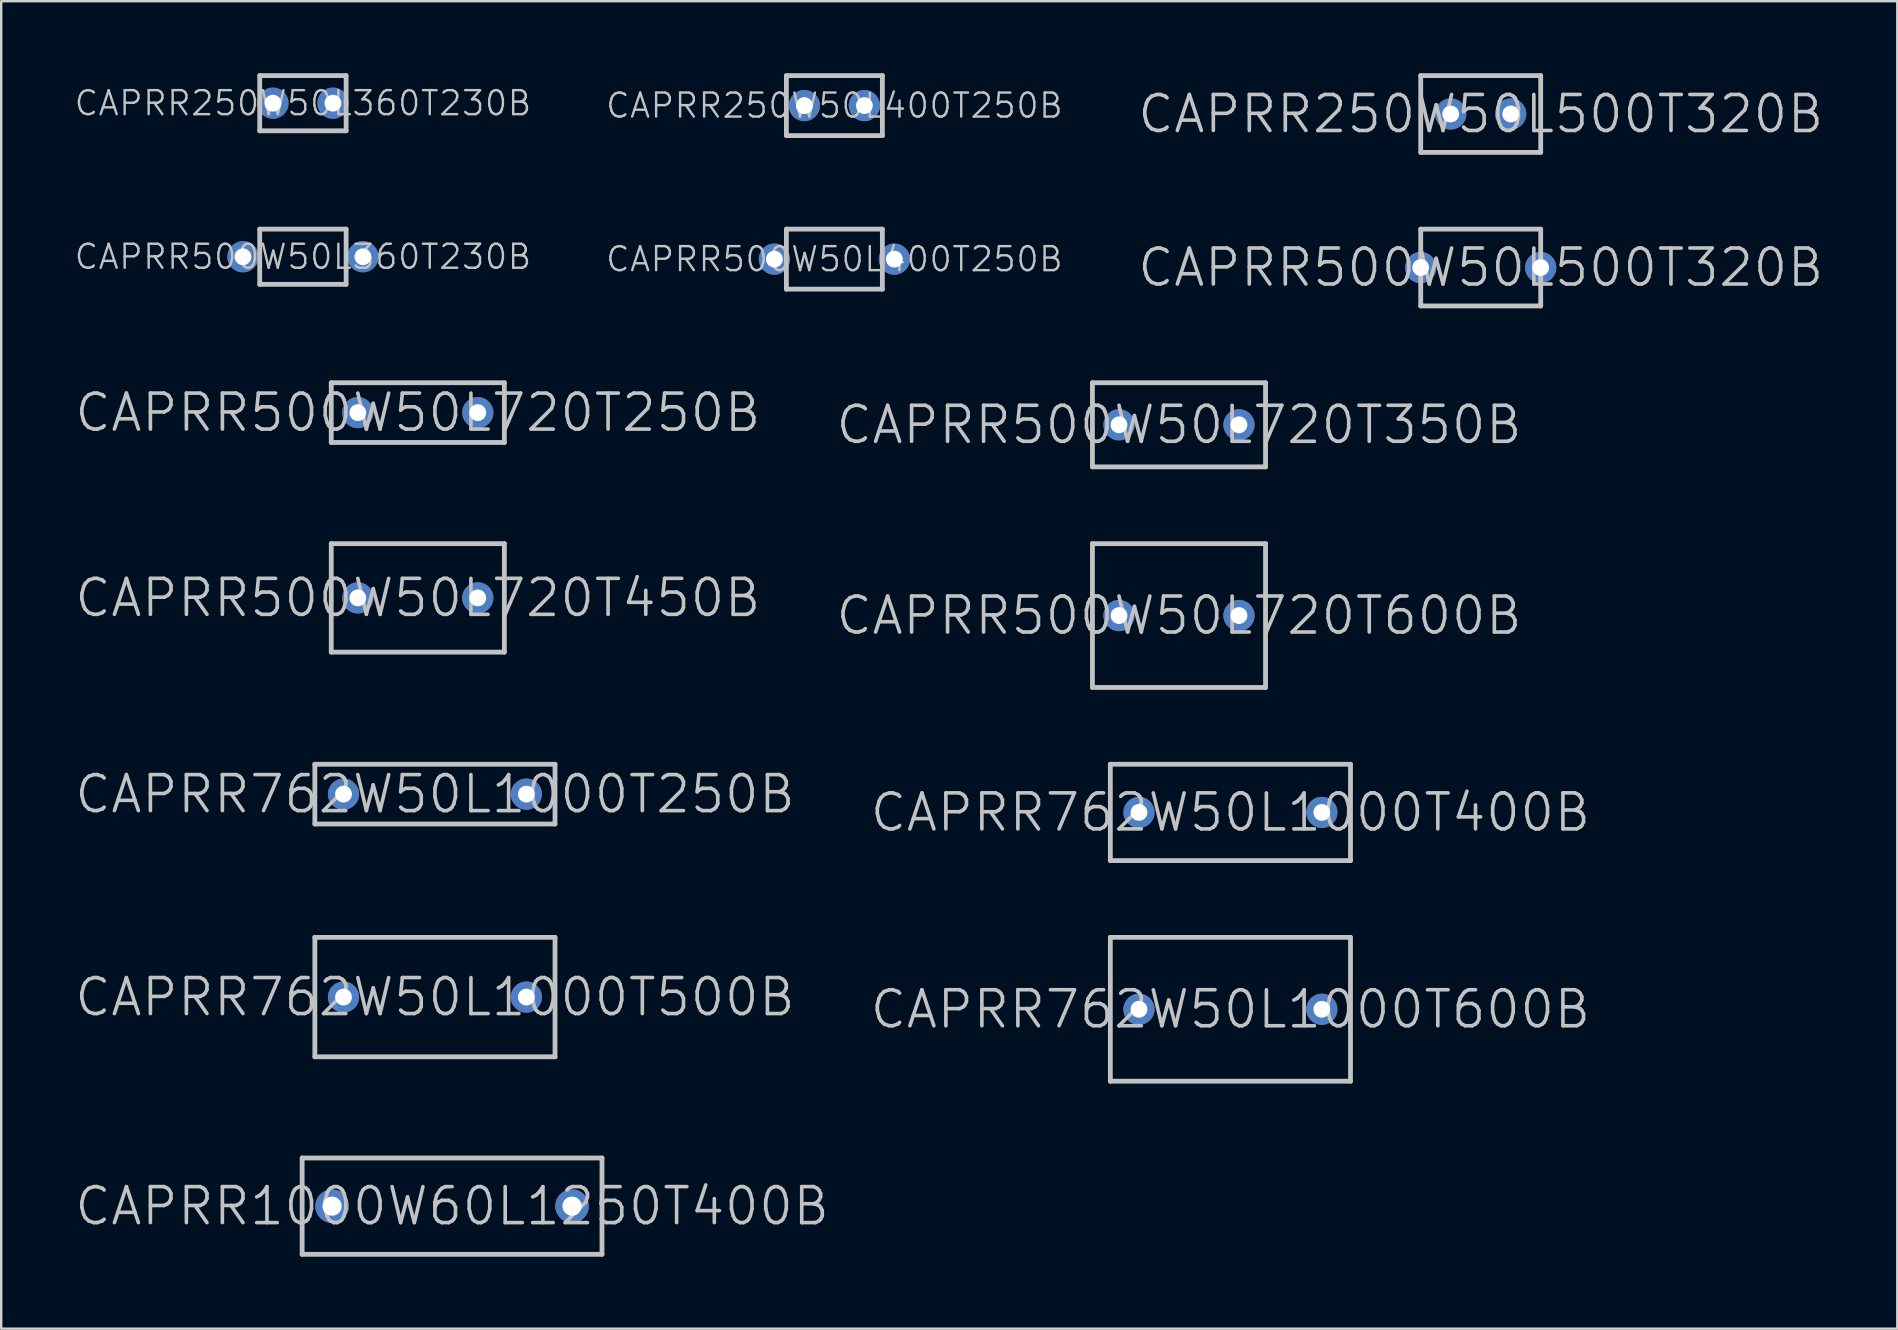
<source format=kicad_pcb>
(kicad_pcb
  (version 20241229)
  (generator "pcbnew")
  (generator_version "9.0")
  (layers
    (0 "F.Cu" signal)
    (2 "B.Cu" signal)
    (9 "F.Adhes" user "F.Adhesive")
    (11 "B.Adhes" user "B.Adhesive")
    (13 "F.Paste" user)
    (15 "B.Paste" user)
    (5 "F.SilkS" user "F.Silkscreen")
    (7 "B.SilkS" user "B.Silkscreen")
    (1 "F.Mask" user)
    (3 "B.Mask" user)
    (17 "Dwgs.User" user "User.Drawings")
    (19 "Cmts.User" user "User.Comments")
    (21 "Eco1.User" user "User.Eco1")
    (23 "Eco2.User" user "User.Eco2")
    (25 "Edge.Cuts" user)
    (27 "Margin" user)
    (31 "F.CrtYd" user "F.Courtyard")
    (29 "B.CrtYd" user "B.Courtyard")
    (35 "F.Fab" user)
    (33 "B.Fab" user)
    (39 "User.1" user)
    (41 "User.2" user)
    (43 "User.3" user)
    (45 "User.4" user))
  (footprint "CAPRR500W50L400T250B"
    (layer "F.Cu")
    (at 31.721 7.75)
    (property "Reference" "CAPRR500W50L400T250B" (at 0 0 0) (layer "Dwgs.User") (effects (font (size 1 1) (thickness 0.1))))
    (attr through_hole)
    (fp_line (start -2 -1.25) (end -2 1.25) (stroke (width 0.2) (type solid)) (layer "Dwgs.User"))
    (fp_line (start -2 -1.25) (end 2 -1.25) (stroke (width 0.2) (type solid)) (layer "Dwgs.User"))
    (fp_line (start -2 1.25) (end 2 1.25) (stroke (width 0.2) (type solid)) (layer "Dwgs.User"))
    (fp_line (start 2 -1.25) (end 2 1.25) (stroke (width 0.2) (type solid)) (layer "Dwgs.User"))
    (pad "1" thru_hole circle (at -2.5 0) (size 1.3 1.3) (drill 0.7) (layers "*.Cu" "*.Mask"))
    (pad "2" thru_hole circle (at 2.5 0) (size 1.3 1.3) (drill 0.7) (layers "*.Cu" "*.Mask")))
  (footprint "CAPRR250W50L500T320B"
    (layer "F.Cu")
    (at 58.656 1.7)
    (property "Reference" "CAPRR250W50L500T320B" (at 0 0 0) (layer "Dwgs.User") (effects (font (size 1.5 1.5) (thickness 0.15))))
    (attr through_hole)
    (fp_line (start -2.5 -1.6) (end -2.5 1.6) (stroke (width 0.2) (type solid)) (layer "Dwgs.User"))
    (fp_line (start -2.5 -1.6) (end 2.5 -1.6) (stroke (width 0.2) (type solid)) (layer "Dwgs.User"))
    (fp_line (start -2.5 1.6) (end 2.5 1.6) (stroke (width 0.2) (type solid)) (layer "Dwgs.User"))
    (fp_line (start 2.5 -1.6) (end 2.5 1.6) (stroke (width 0.2) (type solid)) (layer "Dwgs.User"))
    (pad "1" thru_hole circle (at -1.25 0) (size 1.3 1.3) (drill 0.7) (layers "*.Cu" "*.Mask"))
    (pad "2" thru_hole circle (at 1.25 0) (size 1.3 1.3) (drill 0.7) (layers "*.Cu" "*.Mask")))
  (footprint "CAPRR250W50L360T230B"
    (layer "F.Cu")
    (at 9.574 1.25)
    (property "Reference" "CAPRR250W50L360T230B" (at 0 0 0) (layer "Dwgs.User") (effects (font (size 1 1) (thickness 0.1))))
    (attr through_hole)
    (fp_line (start -1.8 -1.15) (end -1.8 1.15) (stroke (width 0.2) (type solid)) (layer "Dwgs.User"))
    (fp_line (start -1.8 -1.15) (end 1.8 -1.15) (stroke (width 0.2) (type solid)) (layer "Dwgs.User"))
    (fp_line (start -1.8 1.15) (end 1.8 1.15) (stroke (width 0.2) (type solid)) (layer "Dwgs.User"))
    (fp_line (start 1.8 -1.15) (end 1.8 1.15) (stroke (width 0.2) (type solid)) (layer "Dwgs.User"))
    (pad "1" thru_hole circle (at -1.25 0) (size 1.3 1.3) (drill 0.7) (layers "*.Cu" "*.Mask"))
    (pad "2" thru_hole circle (at 1.25 0) (size 1.3 1.3) (drill 0.7) (layers "*.Cu" "*.Mask")))
  (footprint "CAPRR762W50L1000T500B"
    (layer "F.Cu")
    (at 15.075 38.502)
    (property "Reference" "CAPRR762W50L1000T500B" (at 0 0 0) (layer "Dwgs.User") (effects (font (size 1.5 1.5) (thickness 0.15))))
    (attr through_hole)
    (fp_line (start -5.004 -2.489) (end -5.004 2.489) (stroke (width 0.2) (type solid)) (layer "Dwgs.User"))
    (fp_line (start -5.004 -2.489) (end 5.004 -2.489) (stroke (width 0.2) (type solid)) (layer "Dwgs.User"))
    (fp_line (start -5.004 2.489) (end 5.004 2.489) (stroke (width 0.2) (type solid)) (layer "Dwgs.User"))
    (fp_line (start 5.004 -2.489) (end 5.004 2.489) (stroke (width 0.2) (type solid)) (layer "Dwgs.User"))
    (pad "1" thru_hole circle (at -3.81 0) (size 1.3 1.3) (drill 0.7) (layers "*.Cu" "*.Mask"))
    (pad "2" thru_hole circle (at 3.81 0) (size 1.3 1.3) (drill 0.7) (layers "*.Cu" "*.Mask")))
  (footprint "CAPRR500W50L500T320B"
    (layer "F.Cu")
    (at 58.656 8.1)
    (property "Reference" "CAPRR500W50L500T320B" (at 0 0 0) (layer "Dwgs.User") (effects (font (size 1.5 1.5) (thickness 0.15))))
    (attr through_hole)
    (fp_line (start -2.5 -1.6) (end -2.5 1.6) (stroke (width 0.2) (type solid)) (layer "Dwgs.User"))
    (fp_line (start -2.5 -1.6) (end 2.5 -1.6) (stroke (width 0.2) (type solid)) (layer "Dwgs.User"))
    (fp_line (start -2.5 1.6) (end 2.5 1.6) (stroke (width 0.2) (type solid)) (layer "Dwgs.User"))
    (fp_line (start 2.5 -1.6) (end 2.5 1.6) (stroke (width 0.2) (type solid)) (layer "Dwgs.User"))
    (pad "1" thru_hole circle (at -2.5 0) (size 1.3 1.3) (drill 0.7) (layers "*.Cu" "*.Mask"))
    (pad "2" thru_hole circle (at 2.5 0) (size 1.3 1.3) (drill 0.7) (layers "*.Cu" "*.Mask")))
  (footprint "CAPRR762W50L1000T600B"
    (layer "F.Cu")
    (at 48.225 39.01)
    (property "Reference" "CAPRR762W50L1000T600B" (at 0 0 0) (layer "Dwgs.User") (effects (font (size 1.5 1.5) (thickness 0.15))))
    (attr through_hole)
    (fp_line (start -5.004 -2.997) (end -5.004 2.997) (stroke (width 0.2) (type solid)) (layer "Dwgs.User"))
    (fp_line (start -5.004 -2.997) (end 5.004 -2.997) (stroke (width 0.2) (type solid)) (layer "Dwgs.User"))
    (fp_line (start -5.004 2.997) (end 5.004 2.997) (stroke (width 0.2) (type solid)) (layer "Dwgs.User"))
    (fp_line (start 5.004 -2.997) (end 5.004 2.997) (stroke (width 0.2) (type solid)) (layer "Dwgs.User"))
    (pad "1" thru_hole circle (at -3.81 0) (size 1.3 1.3) (drill 0.7) (layers "*.Cu" "*.Mask"))
    (pad "2" thru_hole circle (at 3.81 0) (size 1.3 1.3) (drill 0.7) (layers "*.Cu" "*.Mask")))
  (footprint "CAPRR250W50L400T250B"
    (layer "F.Cu")
    (at 31.721 1.35)
    (property "Reference" "CAPRR250W50L400T250B" (at 0 0 0) (layer "Dwgs.User") (effects (font (size 1 1) (thickness 0.1))))
    (attr through_hole)
    (fp_line (start -2 -1.25) (end -2 1.25) (stroke (width 0.2) (type solid)) (layer "Dwgs.User"))
    (fp_line (start -2 -1.25) (end 2 -1.25) (stroke (width 0.2) (type solid)) (layer "Dwgs.User"))
    (fp_line (start -2 1.25) (end 2 1.25) (stroke (width 0.2) (type solid)) (layer "Dwgs.User"))
    (fp_line (start 2 -1.25) (end 2 1.25) (stroke (width 0.2) (type solid)) (layer "Dwgs.User"))
    (pad "1" thru_hole circle (at -1.25 0) (size 1.3 1.3) (drill 0.7) (layers "*.Cu" "*.Mask"))
    (pad "2" thru_hole circle (at 1.25 0) (size 1.3 1.3) (drill 0.7) (layers "*.Cu" "*.Mask")))
  (footprint "CAPRR500W50L720T350B"
    (layer "F.Cu")
    (at 46.082 14.653)
    (property "Reference" "CAPRR500W50L720T350B" (at 0 0 0) (layer "Dwgs.User") (effects (font (size 1.5 1.5) (thickness 0.15))))
    (attr through_hole)
    (fp_line (start -3.607 -1.753) (end -3.607 1.753) (stroke (width 0.2) (type solid)) (layer "Dwgs.User"))
    (fp_line (start -3.607 -1.753) (end 3.607 -1.753) (stroke (width 0.2) (type solid)) (layer "Dwgs.User"))
    (fp_line (start -3.607 1.753) (end 3.607 1.753) (stroke (width 0.2) (type solid)) (layer "Dwgs.User"))
    (fp_line (start 3.607 -1.753) (end 3.607 1.753) (stroke (width 0.2) (type solid)) (layer "Dwgs.User"))
    (pad "1" thru_hole circle (at -2.5 0) (size 1.3 1.3) (drill 0.7) (layers "*.Cu" "*.Mask"))
    (pad "2" thru_hole circle (at 2.5 0) (size 1.3 1.3) (drill 0.7) (layers "*.Cu" "*.Mask")))
  (footprint "CAPRR500W50L720T450B"
    (layer "F.Cu")
    (at 14.361 21.866)
    (property "Reference" "CAPRR500W50L720T450B" (at 0 0 0) (layer "Dwgs.User") (effects (font (size 1.5 1.5) (thickness 0.15))))
    (attr through_hole)
    (fp_line (start -3.607 -2.261) (end -3.607 2.261) (stroke (width 0.2) (type solid)) (layer "Dwgs.User"))
    (fp_line (start -3.607 -2.261) (end 3.607 -2.261) (stroke (width 0.2) (type solid)) (layer "Dwgs.User"))
    (fp_line (start -3.607 2.261) (end 3.607 2.261) (stroke (width 0.2) (type solid)) (layer "Dwgs.User"))
    (fp_line (start 3.607 -2.261) (end 3.607 2.261) (stroke (width 0.2) (type solid)) (layer "Dwgs.User"))
    (pad "1" thru_hole circle (at -2.5 0) (size 1.3 1.3) (drill 0.7) (layers "*.Cu" "*.Mask"))
    (pad "2" thru_hole circle (at 2.5 0) (size 1.3 1.3) (drill 0.7) (layers "*.Cu" "*.Mask")))
  (footprint "CAPRR500W50L360T230B"
    (layer "F.Cu")
    (at 9.574 7.65)
    (property "Reference" "CAPRR500W50L360T230B" (at 0 0 0) (layer "Dwgs.User") (effects (font (size 1 1) (thickness 0.1))))
    (attr through_hole)
    (fp_line (start -1.8 -1.15) (end -1.8 1.15) (stroke (width 0.2) (type solid)) (layer "Dwgs.User"))
    (fp_line (start -1.8 -1.15) (end 1.8 -1.15) (stroke (width 0.2) (type solid)) (layer "Dwgs.User"))
    (fp_line (start -1.8 1.15) (end 1.8 1.15) (stroke (width 0.2) (type solid)) (layer "Dwgs.User"))
    (fp_line (start 1.8 -1.15) (end 1.8 1.15) (stroke (width 0.2) (type solid)) (layer "Dwgs.User"))
    (pad "1" thru_hole circle (at -2.5 0) (size 1.3 1.3) (drill 0.7) (layers "*.Cu" "*.Mask"))
    (pad "2" thru_hole circle (at 2.5 0) (size 1.3 1.3) (drill 0.7) (layers "*.Cu" "*.Mask")))
  (footprint "CAPRR500W50L720T600B"
    (layer "F.Cu")
    (at 46.082 22.602)
    (property "Reference" "CAPRR500W50L720T600B" (at 0 0 0) (layer "Dwgs.User") (effects (font (size 1.5 1.5) (thickness 0.15))))
    (attr through_hole)
    (fp_line (start -3.607 -2.997) (end -3.607 2.997) (stroke (width 0.2) (type solid)) (layer "Dwgs.User"))
    (fp_line (start -3.607 -2.997) (end 3.607 -2.997) (stroke (width 0.2) (type solid)) (layer "Dwgs.User"))
    (fp_line (start -3.607 2.997) (end 3.607 2.997) (stroke (width 0.2) (type solid)) (layer "Dwgs.User"))
    (fp_line (start 3.607 -2.997) (end 3.607 2.997) (stroke (width 0.2) (type solid)) (layer "Dwgs.User"))
    (pad "1" thru_hole circle (at -2.5 0) (size 1.3 1.3) (drill 0.7) (layers "*.Cu" "*.Mask"))
    (pad "2" thru_hole circle (at 2.5 0) (size 1.3 1.3) (drill 0.7) (layers "*.Cu" "*.Mask")))
  (footprint "CAPRR500W50L720T250B"
    (layer "F.Cu")
    (at 14.361 14.145)
    (property "Reference" "CAPRR500W50L720T250B" (at 0 0 0) (layer "Dwgs.User") (effects (font (size 1.5 1.5) (thickness 0.15))))
    (attr through_hole)
    (fp_line (start -3.607 -1.245) (end -3.607 1.245) (stroke (width 0.2) (type solid)) (layer "Dwgs.User"))
    (fp_line (start -3.607 -1.245) (end 3.607 -1.245) (stroke (width 0.2) (type solid)) (layer "Dwgs.User"))
    (fp_line (start -3.607 1.245) (end 3.607 1.245) (stroke (width 0.2) (type solid)) (layer "Dwgs.User"))
    (fp_line (start 3.607 -1.245) (end 3.607 1.245) (stroke (width 0.2) (type solid)) (layer "Dwgs.User"))
    (pad "1" thru_hole circle (at -2.5 0) (size 1.3 1.3) (drill 0.7) (layers "*.Cu" "*.Mask"))
    (pad "2" thru_hole circle (at 2.5 0) (size 1.3 1.3) (drill 0.7) (layers "*.Cu" "*.Mask")))
  (footprint "CAPRR762W50L1000T250B"
    (layer "F.Cu")
    (at 15.075 30.044)
    (property "Reference" "CAPRR762W50L1000T250B" (at 0 0 0) (layer "Dwgs.User") (effects (font (size 1.5 1.5) (thickness 0.15))))
    (attr through_hole)
    (fp_line (start -5.004 -1.245) (end -5.004 1.245) (stroke (width 0.2) (type solid)) (layer "Dwgs.User"))
    (fp_line (start -5.004 -1.245) (end 5.004 -1.245) (stroke (width 0.2) (type solid)) (layer "Dwgs.User"))
    (fp_line (start -5.004 1.245) (end 5.004 1.245) (stroke (width 0.2) (type solid)) (layer "Dwgs.User"))
    (fp_line (start 5.004 -1.245) (end 5.004 1.245) (stroke (width 0.2) (type solid)) (layer "Dwgs.User"))
    (pad "1" thru_hole circle (at -3.81 0) (size 1.3 1.3) (drill 0.7) (layers "*.Cu" "*.Mask"))
    (pad "2" thru_hole circle (at 3.81 0) (size 1.3 1.3) (drill 0.7) (layers "*.Cu" "*.Mask")))
  (footprint "CAPRR762W50L1000T400B"
    (layer "F.Cu")
    (at 48.225 30.806)
    (property "Reference" "CAPRR762W50L1000T400B" (at 0 0 0) (layer "Dwgs.User") (effects (font (size 1.5 1.5) (thickness 0.15))))
    (attr through_hole)
    (fp_line (start -5.004 -2.007) (end -5.004 2.007) (stroke (width 0.2) (type solid)) (layer "Dwgs.User"))
    (fp_line (start -5.004 -2.007) (end 5.004 -2.007) (stroke (width 0.2) (type solid)) (layer "Dwgs.User"))
    (fp_line (start -5.004 2.007) (end 5.004 2.007) (stroke (width 0.2) (type solid)) (layer "Dwgs.User"))
    (fp_line (start 5.004 -2.007) (end 5.004 2.007) (stroke (width 0.2) (type solid)) (layer "Dwgs.User"))
    (pad "1" thru_hole circle (at -3.81 0) (size 1.3 1.3) (drill 0.7) (layers "*.Cu" "*.Mask"))
    (pad "2" thru_hole circle (at 3.81 0) (size 1.3 1.3) (drill 0.7) (layers "*.Cu" "*.Mask")))
  (footprint "CAPRR1000W60L1250T400B"
    (layer "F.Cu")
    (at 15.789 47.214)
    (property "Reference" "CAPRR1000W60L1250T400B" (at 0 0 0) (layer "Dwgs.User") (effects (font (size 1.5 1.5) (thickness 0.15))))
    (attr through_hole)
    (fp_line (start -6.248 -2.007) (end -6.248 2.007) (stroke (width 0.2) (type solid)) (layer "Dwgs.User"))
    (fp_line (start -6.248 -2.007) (end 6.248 -2.007) (stroke (width 0.2) (type solid)) (layer "Dwgs.User"))
    (fp_line (start -6.248 2.007) (end 6.248 2.007) (stroke (width 0.2) (type solid)) (layer "Dwgs.User"))
    (fp_line (start 6.248 -2.007) (end 6.248 2.007) (stroke (width 0.2) (type solid)) (layer "Dwgs.User"))
    (pad "1" thru_hole circle (at -5 0) (size 1.4 1.4) (drill 0.8) (layers "*.Cu" "*.Mask"))
    (pad "2" thru_hole circle (at 5 0) (size 1.4 1.4) (drill 0.8) (layers "*.Cu" "*.Mask")))
  (gr_rect
    (start -3 -3)
    (end 76.017 52.32)
    (stroke (width 0.1) (type default))
    (fill no)
    (layer "Edge.Cuts")))
</source>
